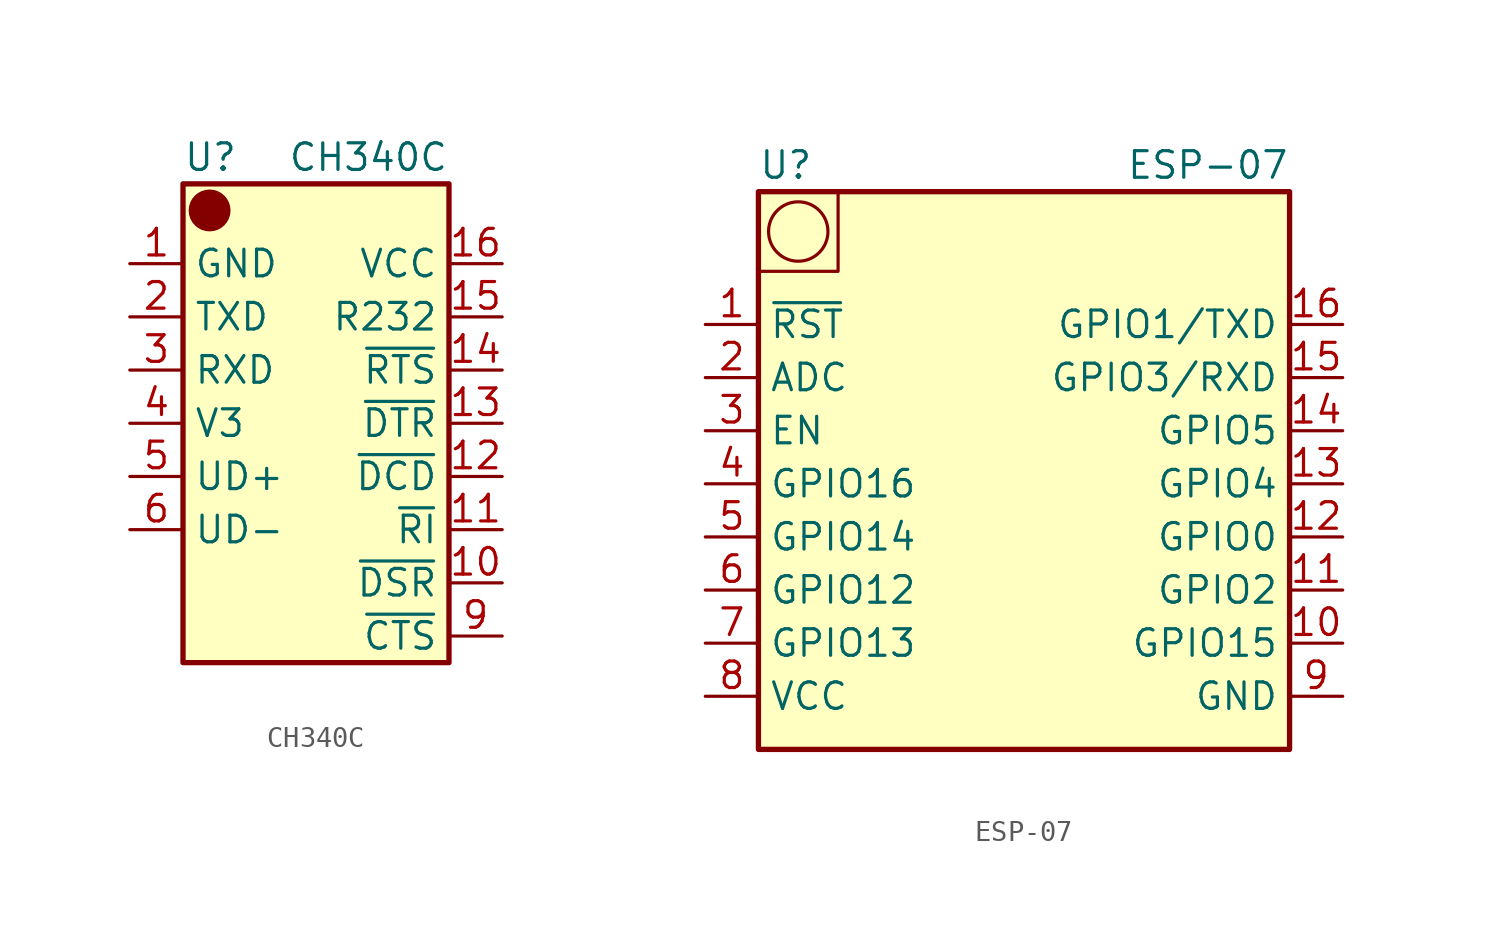
<source format=kicad_sym>
(kicad_symbol_lib
  (version 20220914)
  (generator kicad_symbol_editor)
  (symbol "CH340C"
    (property "Reference" "U"
      (at -6.35 15.24 0)
      (effects (font (size 1.27 1.27)) (justify left)))
    (property "Value" "CH340C"
      (at 6.35 15.24 0)
      (effects (font (size 1.27 1.27)) (justify right)))
    (symbol "CH340C_0_1"
      (rectangle (start -6.35 13.97) (end 6.35 -8.89) (stroke (width 0.254) (type default)) (fill (type background))))
    (symbol "CH340C_1_1"
      (circle (center -5.08 12.7) (radius 0.0001) (stroke (width 1) (type default)) (fill (type none)))
      (pin power_in line (at -8.89 10.16 0) (length 2.54) (name "GND" (effects (font (size 1.27 1.27)))) (number "1" (effects (font (size 1.27 1.27)))))
      (pin input line (at 8.89 -5.08 180) (length 2.54) (name "~{DSR}" (effects (font (size 1.27 1.27)))) (number "10" (effects (font (size 1.27 1.27)))))
      (pin input line (at 8.89 -2.54 180) (length 2.54) (name "~{RI}" (effects (font (size 1.27 1.27)))) (number "11" (effects (font (size 1.27 1.27)))))
      (pin input line (at 8.89 0 180) (length 2.54) (name "~{DCD}" (effects (font (size 1.27 1.27)))) (number "12" (effects (font (size 1.27 1.27)))))
      (pin output line (at 8.89 2.54 180) (length 2.54) (name "~{DTR}" (effects (font (size 1.27 1.27)))) (number "13" (effects (font (size 1.27 1.27)))))
      (pin output line (at 8.89 5.08 180) (length 2.54) (name "~{RTS}" (effects (font (size 1.27 1.27)))) (number "14" (effects (font (size 1.27 1.27)))))
      (pin input line (at 8.89 7.62 180) (length 2.54) (name "R232" (effects (font (size 1.27 1.27)))) (number "15" (effects (font (size 1.27 1.27)))))
      (pin power_in line (at 8.89 10.16 180) (length 2.54) (name "VCC" (effects (font (size 1.27 1.27)))) (number "16" (effects (font (size 1.27 1.27)))))
      (pin output line (at -8.89 7.62 0) (length 2.54) (name "TXD" (effects (font (size 1.27 1.27)))) (number "2" (effects (font (size 1.27 1.27)))))
      (pin input line (at -8.89 5.08 0) (length 2.54) (name "RXD" (effects (font (size 1.27 1.27)))) (number "3" (effects (font (size 1.27 1.27)))))
      (pin passive line (at -8.89 2.54 0) (length 2.54) (name "V3" (effects (font (size 1.27 1.27)))) (number "4" (effects (font (size 1.27 1.27)))))
      (pin bidirectional line (at -8.89 0 0) (length 2.54) (name "UD+" (effects (font (size 1.27 1.27)))) (number "5" (effects (font (size 1.27 1.27)))))
      (pin bidirectional line (at -8.89 -2.54 0) (length 2.54) (name "UD-" (effects (font (size 1.27 1.27)))) (number "6" (effects (font (size 1.27 1.27)))))
      (pin no_connect line (at -8.89 -5.08 0) (length 2.54) hide (name "NC" (effects (font (size 1.27 1.27)))) (number "7" (effects (font (size 1.27 1.27)))))
      (pin no_connect line (at -8.89 -7.62 0) (length 2.54) hide (name "NC" (effects (font (size 1.27 1.27)))) (number "8" (effects (font (size 1.27 1.27)))))
      (pin input line (at 8.89 -7.62 180) (length 2.54) (name "~{CTS}" (effects (font (size 1.27 1.27)))) (number "9" (effects (font (size 1.27 1.27)))))))
  (symbol "ESP-07"
    (property "Reference" "U"
      (at -12.7 20.32 0)
      (effects (font (size 1.27 1.27)) (justify left)))
    (property "Value" "ESP-07"
      (at 12.7 20.32 0)
      (effects (font (size 1.27 1.27)) (justify right)))
    (symbol "ESP-07_0_1"
      (rectangle (start -12.7 19.05) (end -8.89 15.24) (stroke (width 0) (type default)) (fill (type none)))
      (rectangle (start -12.7 19.05) (end 12.7 -7.62) (stroke (width 0.254) (type default)) (fill (type background)))
      (circle (center -10.795 17.145) (radius 1.42) (stroke (width 0) (type default)) (fill (type none))))
    (symbol "ESP-07_1_1"
      (pin input line (at -15.24 12.7 0) (length 2.54) (name "~{RST}" (effects (font (size 1.27 1.27)))) (number "1" (effects (font (size 1.27 1.27)))))
      (pin bidirectional line (at 15.24 -2.54 180) (length 2.54) (name "GPIO15" (effects (font (size 1.27 1.27)))) (number "10" (effects (font (size 1.27 1.27)))))
      (pin bidirectional line (at 15.24 0 180) (length 2.54) (name "GPIO2" (effects (font (size 1.27 1.27)))) (number "11" (effects (font (size 1.27 1.27)))))
      (pin bidirectional line (at 15.24 2.54 180) (length 2.54) (name "GPIO0" (effects (font (size 1.27 1.27)))) (number "12" (effects (font (size 1.27 1.27)))))
      (pin bidirectional line (at 15.24 5.08 180) (length 2.54) (name "GPIO4" (effects (font (size 1.27 1.27)))) (number "13" (effects (font (size 1.27 1.27)))))
      (pin bidirectional line (at 15.24 7.62 180) (length 2.54) (name "GPIO5" (effects (font (size 1.27 1.27)))) (number "14" (effects (font (size 1.27 1.27)))))
      (pin bidirectional line (at 15.24 10.16 180) (length 2.54) (name "GPIO3/RXD" (effects (font (size 1.27 1.27)))) (number "15" (effects (font (size 1.27 1.27)))))
      (pin bidirectional line (at 15.24 12.7 180) (length 2.54) (name "GPIO1/TXD" (effects (font (size 1.27 1.27)))) (number "16" (effects (font (size 1.27 1.27)))))
      (pin input line (at -15.24 10.16 0) (length 2.54) (name "ADC" (effects (font (size 1.27 1.27)))) (number "2" (effects (font (size 1.27 1.27)))))
      (pin input line (at -15.24 7.62 0) (length 2.54) (name "EN" (effects (font (size 1.27 1.27)))) (number "3" (effects (font (size 1.27 1.27)))))
      (pin bidirectional line (at -15.24 5.08 0) (length 2.54) (name "GPIO16" (effects (font (size 1.27 1.27)))) (number "4" (effects (font (size 1.27 1.27)))))
      (pin bidirectional line (at -15.24 2.54 0) (length 2.54) (name "GPIO14" (effects (font (size 1.27 1.27)))) (number "5" (effects (font (size 1.27 1.27)))))
      (pin bidirectional line (at -15.24 0 0) (length 2.54) (name "GPIO12" (effects (font (size 1.27 1.27)))) (number "6" (effects (font (size 1.27 1.27)))))
      (pin bidirectional line (at -15.24 -2.54 0) (length 2.54) (name "GPIO13" (effects (font (size 1.27 1.27)))) (number "7" (effects (font (size 1.27 1.27)))))
      (pin power_in line (at -15.24 -5.08 0) (length 2.54) (name "VCC" (effects (font (size 1.27 1.27)))) (number "8" (effects (font (size 1.27 1.27)))))
      (pin power_in line (at 15.24 -5.08 180) (length 2.54) (name "GND" (effects (font (size 1.27 1.27)))) (number "9" (effects (font (size 1.27 1.27))))))))
</source>
